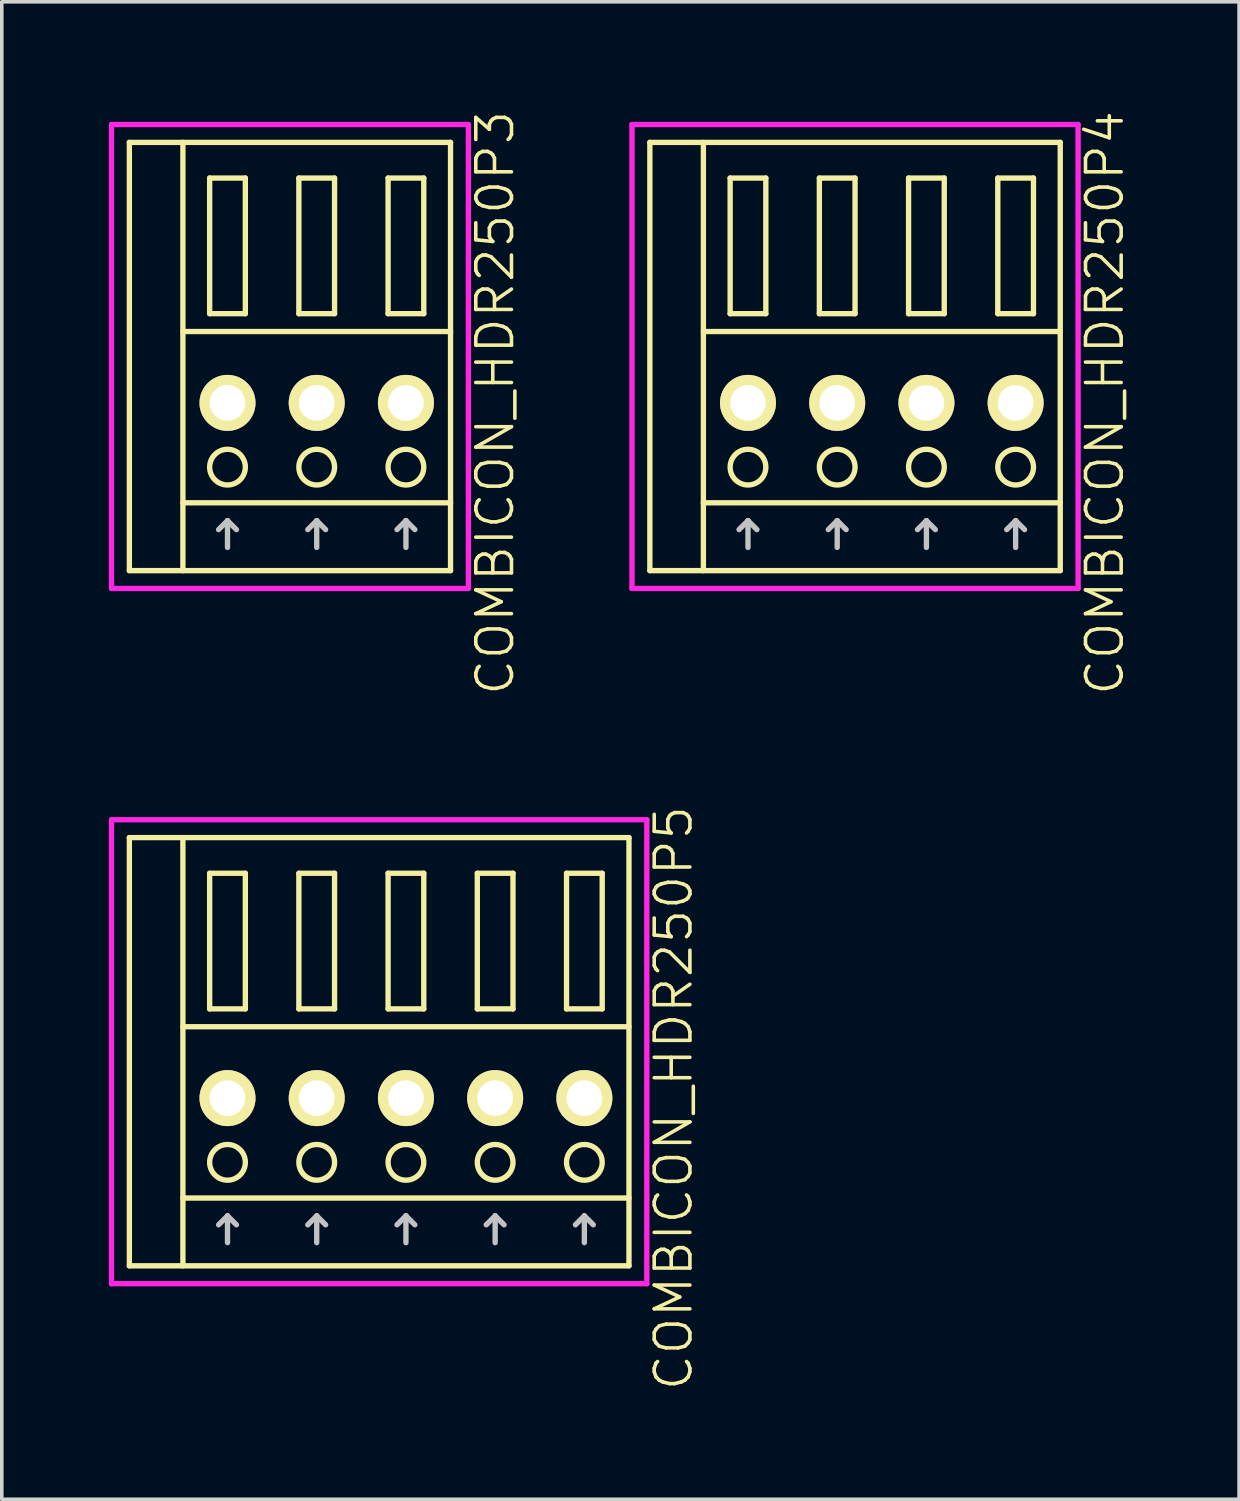
<source format=kicad_pcb>
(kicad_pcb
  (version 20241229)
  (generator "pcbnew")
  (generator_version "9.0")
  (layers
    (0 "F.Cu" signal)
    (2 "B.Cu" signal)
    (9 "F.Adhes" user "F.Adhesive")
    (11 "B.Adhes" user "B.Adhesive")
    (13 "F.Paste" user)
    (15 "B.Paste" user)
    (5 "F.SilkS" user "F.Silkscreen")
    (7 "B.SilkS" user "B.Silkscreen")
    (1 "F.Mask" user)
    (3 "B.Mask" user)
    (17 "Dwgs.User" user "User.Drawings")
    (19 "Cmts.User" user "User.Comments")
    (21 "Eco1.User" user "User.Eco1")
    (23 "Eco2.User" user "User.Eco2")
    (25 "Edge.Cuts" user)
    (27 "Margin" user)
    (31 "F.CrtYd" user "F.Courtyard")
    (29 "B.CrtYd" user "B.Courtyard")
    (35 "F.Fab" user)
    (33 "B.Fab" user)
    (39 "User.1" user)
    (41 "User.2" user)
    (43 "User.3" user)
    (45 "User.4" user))
  (footprint "COMBICON_HDR250P3"
    (layer "F.Cu")
    (at 5.825 8.24)
    (property "Reference" "COMBICON_HDR250P3" (at 5 0 90) (layer "F.SilkS") (effects (font (size 1 1) (thickness 0.1))))
    (attr through_hole)
    (fp_line (start -5.25 -7.3) (end -5.25 4.7) (stroke (width 0.15) (type solid)) (layer "F.SilkS"))
    (fp_line (start -5.25 4.7) (end 3.75 4.7) (stroke (width 0.15) (type solid)) (layer "F.SilkS"))
    (fp_line (start -3.75 -2) (end 3.75 -2) (stroke (width 0.15) (type solid)) (layer "F.SilkS"))
    (fp_line (start -3.75 2.8) (end 3.75 2.8) (stroke (width 0.15) (type solid)) (layer "F.SilkS"))
    (fp_line (start -3.75 4.7) (end -3.75 -7.3) (stroke (width 0.15) (type solid)) (layer "F.SilkS"))
    (fp_line (start -3 -6.3) (end -3 -2.5) (stroke (width 0.15) (type solid)) (layer "F.SilkS"))
    (fp_line (start -3 -2.5) (end -2 -2.5) (stroke (width 0.15) (type solid)) (layer "F.SilkS"))
    (fp_line (start -2 -6.3) (end -3 -6.3) (stroke (width 0.15) (type solid)) (layer "F.SilkS"))
    (fp_line (start -2 -2.5) (end -2 -6.3) (stroke (width 0.15) (type solid)) (layer "F.SilkS"))
    (fp_line (start -0.5 -6.3) (end -0.5 -2.5) (stroke (width 0.15) (type solid)) (layer "F.SilkS"))
    (fp_line (start -0.5 -2.5) (end 0.5 -2.5) (stroke (width 0.15) (type solid)) (layer "F.SilkS"))
    (fp_line (start 0.5 -6.3) (end -0.5 -6.3) (stroke (width 0.15) (type solid)) (layer "F.SilkS"))
    (fp_line (start 0.5 -2.5) (end 0.5 -6.3) (stroke (width 0.15) (type solid)) (layer "F.SilkS"))
    (fp_line (start 2 -6.3) (end 2 -2.5) (stroke (width 0.15) (type solid)) (layer "F.SilkS"))
    (fp_line (start 2 -2.5) (end 3 -2.5) (stroke (width 0.15) (type solid)) (layer "F.SilkS"))
    (fp_line (start 3 -6.3) (end 2 -6.3) (stroke (width 0.15) (type solid)) (layer "F.SilkS"))
    (fp_line (start 3 -2.5) (end 3 -6.3) (stroke (width 0.15) (type solid)) (layer "F.SilkS"))
    (fp_line (start 3.75 -7.3) (end -5.25 -7.3) (stroke (width 0.15) (type solid)) (layer "F.SilkS"))
    (fp_line (start 3.75 4.7) (end 3.75 -7.3) (stroke (width 0.15) (type solid)) (layer "F.SilkS"))
    (fp_circle (center -2.5 1.8) (end -2 1.8) (stroke (width 0.15) (type solid)) (fill no) (layer "F.SilkS"))
    (fp_circle (center 0 1.8) (end 0.5 1.8) (stroke (width 0.15) (type solid)) (fill no) (layer "F.SilkS"))
    (fp_circle (center 2.5 1.8) (end 3 1.8) (stroke (width 0.15) (type solid)) (fill no) (layer "F.SilkS"))
    (fp_line (start -2.75 3.55) (end -2.5 3.3) (stroke (width 0.15) (type solid)) (layer "Dwgs.User"))
    (fp_line (start -2.5 4.05) (end -2.5 3.3) (stroke (width 0.15) (type solid)) (layer "Dwgs.User"))
    (fp_line (start -2.25 3.55) (end -2.5 3.3) (stroke (width 0.15) (type solid)) (layer "Dwgs.User"))
    (fp_line (start -0.25 3.55) (end 0 3.3) (stroke (width 0.15) (type solid)) (layer "Dwgs.User"))
    (fp_line (start 0 4.05) (end 0 3.3) (stroke (width 0.15) (type solid)) (layer "Dwgs.User"))
    (fp_line (start 0.25 3.55) (end 0 3.3) (stroke (width 0.15) (type solid)) (layer "Dwgs.User"))
    (fp_line (start 2.25 3.55) (end 2.5 3.3) (stroke (width 0.15) (type solid)) (layer "Dwgs.User"))
    (fp_line (start 2.5 4.05) (end 2.5 3.3) (stroke (width 0.15) (type solid)) (layer "Dwgs.User"))
    (fp_line (start 2.75 3.55) (end 2.5 3.3) (stroke (width 0.15) (type solid)) (layer "Dwgs.User"))
    (fp_line (start -5.75 -7.8) (end -5.75 5.2) (stroke (width 0.15) (type solid)) (layer "F.CrtYd"))
    (fp_line (start -5.75 5.2) (end 4.25 5.2) (stroke (width 0.15) (type solid)) (layer "F.CrtYd"))
    (fp_line (start 4.25 -7.8) (end -5.75 -7.8) (stroke (width 0.15) (type solid)) (layer "F.CrtYd"))
    (fp_line (start 4.25 5.2) (end 4.25 -7.8) (stroke (width 0.15) (type solid)) (layer "F.CrtYd"))
    (pad "1" thru_hole oval (at -2.5 0) (size 1.57 1.57) (drill 1) (layers "*.Cu" "*.Mask" "F.SilkS"))
    (pad "2" thru_hole oval (at 0 0) (size 1.57 1.57) (drill 1) (layers "*.Cu" "*.Mask" "F.SilkS"))
    (pad "3" thru_hole oval (at 2.5 0) (size 1.57 1.57) (drill 1) (layers "*.Cu" "*.Mask" "F.SilkS")))
  (footprint "COMBICON_HDR250P4"
    (layer "F.Cu")
    (at 21.66 8.24)
    (property "Reference" "COMBICON_HDR250P4" (at 6.25 0 90) (layer "F.SilkS") (effects (font (size 1 1) (thickness 0.1))))
    (attr through_hole)
    (fp_line (start -6.5 -7.3) (end -6.5 4.7) (stroke (width 0.15) (type solid)) (layer "F.SilkS"))
    (fp_line (start -6.5 4.7) (end 5 4.7) (stroke (width 0.15) (type solid)) (layer "F.SilkS"))
    (fp_line (start -5 -2) (end 5 -2) (stroke (width 0.15) (type solid)) (layer "F.SilkS"))
    (fp_line (start -5 2.8) (end 5 2.8) (stroke (width 0.15) (type solid)) (layer "F.SilkS"))
    (fp_line (start -5 4.7) (end -5 -7.3) (stroke (width 0.15) (type solid)) (layer "F.SilkS"))
    (fp_line (start -4.25 -6.3) (end -4.25 -2.5) (stroke (width 0.15) (type solid)) (layer "F.SilkS"))
    (fp_line (start -4.25 -2.5) (end -3.25 -2.5) (stroke (width 0.15) (type solid)) (layer "F.SilkS"))
    (fp_line (start -3.25 -6.3) (end -4.25 -6.3) (stroke (width 0.15) (type solid)) (layer "F.SilkS"))
    (fp_line (start -3.25 -2.5) (end -3.25 -6.3) (stroke (width 0.15) (type solid)) (layer "F.SilkS"))
    (fp_line (start -1.75 -6.3) (end -1.75 -2.5) (stroke (width 0.15) (type solid)) (layer "F.SilkS"))
    (fp_line (start -1.75 -2.5) (end -0.75 -2.5) (stroke (width 0.15) (type solid)) (layer "F.SilkS"))
    (fp_line (start -0.75 -6.3) (end -1.75 -6.3) (stroke (width 0.15) (type solid)) (layer "F.SilkS"))
    (fp_line (start -0.75 -2.5) (end -0.75 -6.3) (stroke (width 0.15) (type solid)) (layer "F.SilkS"))
    (fp_line (start 0.75 -6.3) (end 0.75 -2.5) (stroke (width 0.15) (type solid)) (layer "F.SilkS"))
    (fp_line (start 0.75 -2.5) (end 1.75 -2.5) (stroke (width 0.15) (type solid)) (layer "F.SilkS"))
    (fp_line (start 1.75 -6.3) (end 0.75 -6.3) (stroke (width 0.15) (type solid)) (layer "F.SilkS"))
    (fp_line (start 1.75 -2.5) (end 1.75 -6.3) (stroke (width 0.15) (type solid)) (layer "F.SilkS"))
    (fp_line (start 3.25 -6.3) (end 3.25 -2.5) (stroke (width 0.15) (type solid)) (layer "F.SilkS"))
    (fp_line (start 3.25 -2.5) (end 4.25 -2.5) (stroke (width 0.15) (type solid)) (layer "F.SilkS"))
    (fp_line (start 4.25 -6.3) (end 3.25 -6.3) (stroke (width 0.15) (type solid)) (layer "F.SilkS"))
    (fp_line (start 4.25 -2.5) (end 4.25 -6.3) (stroke (width 0.15) (type solid)) (layer "F.SilkS"))
    (fp_line (start 5 -7.3) (end -6.5 -7.3) (stroke (width 0.15) (type solid)) (layer "F.SilkS"))
    (fp_line (start 5 4.7) (end 5 -7.3) (stroke (width 0.15) (type solid)) (layer "F.SilkS"))
    (fp_circle (center -3.75 1.8) (end -3.25 1.8) (stroke (width 0.15) (type solid)) (fill no) (layer "F.SilkS"))
    (fp_circle (center -1.25 1.8) (end -0.75 1.8) (stroke (width 0.15) (type solid)) (fill no) (layer "F.SilkS"))
    (fp_circle (center 1.25 1.8) (end 1.75 1.8) (stroke (width 0.15) (type solid)) (fill no) (layer "F.SilkS"))
    (fp_circle (center 3.75 1.8) (end 4.25 1.8) (stroke (width 0.15) (type solid)) (fill no) (layer "F.SilkS"))
    (fp_line (start -4 3.55) (end -3.75 3.3) (stroke (width 0.15) (type solid)) (layer "Dwgs.User"))
    (fp_line (start -3.75 4.05) (end -3.75 3.3) (stroke (width 0.15) (type solid)) (layer "Dwgs.User"))
    (fp_line (start -3.5 3.55) (end -3.75 3.3) (stroke (width 0.15) (type solid)) (layer "Dwgs.User"))
    (fp_line (start -1.5 3.55) (end -1.25 3.3) (stroke (width 0.15) (type solid)) (layer "Dwgs.User"))
    (fp_line (start -1.25 4.05) (end -1.25 3.3) (stroke (width 0.15) (type solid)) (layer "Dwgs.User"))
    (fp_line (start -1 3.55) (end -1.25 3.3) (stroke (width 0.15) (type solid)) (layer "Dwgs.User"))
    (fp_line (start 1 3.55) (end 1.25 3.3) (stroke (width 0.15) (type solid)) (layer "Dwgs.User"))
    (fp_line (start 1.25 4.05) (end 1.25 3.3) (stroke (width 0.15) (type solid)) (layer "Dwgs.User"))
    (fp_line (start 1.5 3.55) (end 1.25 3.3) (stroke (width 0.15) (type solid)) (layer "Dwgs.User"))
    (fp_line (start 3.5 3.55) (end 3.75 3.3) (stroke (width 0.15) (type solid)) (layer "Dwgs.User"))
    (fp_line (start 3.75 4.05) (end 3.75 3.3) (stroke (width 0.15) (type solid)) (layer "Dwgs.User"))
    (fp_line (start 4 3.55) (end 3.75 3.3) (stroke (width 0.15) (type solid)) (layer "Dwgs.User"))
    (fp_line (start -7 -7.8) (end -7 5.2) (stroke (width 0.15) (type solid)) (layer "F.CrtYd"))
    (fp_line (start -7 5.2) (end 5.5 5.2) (stroke (width 0.15) (type solid)) (layer "F.CrtYd"))
    (fp_line (start 5.5 -7.8) (end -7 -7.8) (stroke (width 0.15) (type solid)) (layer "F.CrtYd"))
    (fp_line (start 5.5 5.2) (end 5.5 -7.8) (stroke (width 0.15) (type solid)) (layer "F.CrtYd"))
    (pad "1" thru_hole oval (at -3.75 0) (size 1.57 1.57) (drill 1) (layers "*.Cu" "*.Mask" "F.SilkS"))
    (pad "2" thru_hole oval (at -1.25 0) (size 1.57 1.57) (drill 1) (layers "*.Cu" "*.Mask" "F.SilkS"))
    (pad "3" thru_hole oval (at 1.25 0) (size 1.57 1.57) (drill 1) (layers "*.Cu" "*.Mask" "F.SilkS"))
    (pad "4" thru_hole oval (at 3.75 0) (size 1.57 1.57) (drill 1) (layers "*.Cu" "*.Mask" "F.SilkS")))
  (footprint "COMBICON_HDR250P5"
    (layer "F.Cu")
    (at 8.325 27.721)
    (property "Reference" "COMBICON_HDR250P5" (at 7.5 0 90) (layer "F.SilkS") (effects (font (size 1 1) (thickness 0.1))))
    (attr through_hole)
    (fp_line (start -7.75 -7.3) (end -7.75 4.7) (stroke (width 0.15) (type solid)) (layer "F.SilkS"))
    (fp_line (start -7.75 4.7) (end 6.25 4.7) (stroke (width 0.15) (type solid)) (layer "F.SilkS"))
    (fp_line (start -6.25 -2) (end 6.25 -2) (stroke (width 0.15) (type solid)) (layer "F.SilkS"))
    (fp_line (start -6.25 2.8) (end 6.25 2.8) (stroke (width 0.15) (type solid)) (layer "F.SilkS"))
    (fp_line (start -6.25 4.7) (end -6.25 -7.3) (stroke (width 0.15) (type solid)) (layer "F.SilkS"))
    (fp_line (start -5.5 -6.3) (end -5.5 -2.5) (stroke (width 0.15) (type solid)) (layer "F.SilkS"))
    (fp_line (start -5.5 -2.5) (end -4.5 -2.5) (stroke (width 0.15) (type solid)) (layer "F.SilkS"))
    (fp_line (start -4.5 -6.3) (end -5.5 -6.3) (stroke (width 0.15) (type solid)) (layer "F.SilkS"))
    (fp_line (start -4.5 -2.5) (end -4.5 -6.3) (stroke (width 0.15) (type solid)) (layer "F.SilkS"))
    (fp_line (start -3 -6.3) (end -3 -2.5) (stroke (width 0.15) (type solid)) (layer "F.SilkS"))
    (fp_line (start -3 -2.5) (end -2 -2.5) (stroke (width 0.15) (type solid)) (layer "F.SilkS"))
    (fp_line (start -2 -6.3) (end -3 -6.3) (stroke (width 0.15) (type solid)) (layer "F.SilkS"))
    (fp_line (start -2 -2.5) (end -2 -6.3) (stroke (width 0.15) (type solid)) (layer "F.SilkS"))
    (fp_line (start -0.5 -6.3) (end -0.5 -2.5) (stroke (width 0.15) (type solid)) (layer "F.SilkS"))
    (fp_line (start -0.5 -2.5) (end 0.5 -2.5) (stroke (width 0.15) (type solid)) (layer "F.SilkS"))
    (fp_line (start 0.5 -6.3) (end -0.5 -6.3) (stroke (width 0.15) (type solid)) (layer "F.SilkS"))
    (fp_line (start 0.5 -2.5) (end 0.5 -6.3) (stroke (width 0.15) (type solid)) (layer "F.SilkS"))
    (fp_line (start 2 -6.3) (end 2 -2.5) (stroke (width 0.15) (type solid)) (layer "F.SilkS"))
    (fp_line (start 2 -2.5) (end 3 -2.5) (stroke (width 0.15) (type solid)) (layer "F.SilkS"))
    (fp_line (start 3 -6.3) (end 2 -6.3) (stroke (width 0.15) (type solid)) (layer "F.SilkS"))
    (fp_line (start 3 -2.5) (end 3 -6.3) (stroke (width 0.15) (type solid)) (layer "F.SilkS"))
    (fp_line (start 4.5 -6.3) (end 4.5 -2.5) (stroke (width 0.15) (type solid)) (layer "F.SilkS"))
    (fp_line (start 4.5 -2.5) (end 5.5 -2.5) (stroke (width 0.15) (type solid)) (layer "F.SilkS"))
    (fp_line (start 5.5 -6.3) (end 4.5 -6.3) (stroke (width 0.15) (type solid)) (layer "F.SilkS"))
    (fp_line (start 5.5 -2.5) (end 5.5 -6.3) (stroke (width 0.15) (type solid)) (layer "F.SilkS"))
    (fp_line (start 6.25 -7.3) (end -7.75 -7.3) (stroke (width 0.15) (type solid)) (layer "F.SilkS"))
    (fp_line (start 6.25 4.7) (end 6.25 -7.3) (stroke (width 0.15) (type solid)) (layer "F.SilkS"))
    (fp_circle (center -5 1.8) (end -4.5 1.8) (stroke (width 0.15) (type solid)) (fill no) (layer "F.SilkS"))
    (fp_circle (center -2.5 1.8) (end -2 1.8) (stroke (width 0.15) (type solid)) (fill no) (layer "F.SilkS"))
    (fp_circle (center 0 1.8) (end 0.5 1.8) (stroke (width 0.15) (type solid)) (fill no) (layer "F.SilkS"))
    (fp_circle (center 2.5 1.8) (end 3 1.8) (stroke (width 0.15) (type solid)) (fill no) (layer "F.SilkS"))
    (fp_circle (center 5 1.8) (end 5.5 1.8) (stroke (width 0.15) (type solid)) (fill no) (layer "F.SilkS"))
    (fp_line (start -5.25 3.55) (end -5 3.3) (stroke (width 0.15) (type solid)) (layer "Dwgs.User"))
    (fp_line (start -5 4.05) (end -5 3.3) (stroke (width 0.15) (type solid)) (layer "Dwgs.User"))
    (fp_line (start -4.75 3.55) (end -5 3.3) (stroke (width 0.15) (type solid)) (layer "Dwgs.User"))
    (fp_line (start -2.75 3.55) (end -2.5 3.3) (stroke (width 0.15) (type solid)) (layer "Dwgs.User"))
    (fp_line (start -2.5 4.05) (end -2.5 3.3) (stroke (width 0.15) (type solid)) (layer "Dwgs.User"))
    (fp_line (start -2.25 3.55) (end -2.5 3.3) (stroke (width 0.15) (type solid)) (layer "Dwgs.User"))
    (fp_line (start -0.25 3.55) (end 0 3.3) (stroke (width 0.15) (type solid)) (layer "Dwgs.User"))
    (fp_line (start 0 4.05) (end 0 3.3) (stroke (width 0.15) (type solid)) (layer "Dwgs.User"))
    (fp_line (start 0.25 3.55) (end 0 3.3) (stroke (width 0.15) (type solid)) (layer "Dwgs.User"))
    (fp_line (start 2.25 3.55) (end 2.5 3.3) (stroke (width 0.15) (type solid)) (layer "Dwgs.User"))
    (fp_line (start 2.5 4.05) (end 2.5 3.3) (stroke (width 0.15) (type solid)) (layer "Dwgs.User"))
    (fp_line (start 2.75 3.55) (end 2.5 3.3) (stroke (width 0.15) (type solid)) (layer "Dwgs.User"))
    (fp_line (start 4.75 3.55) (end 5 3.3) (stroke (width 0.15) (type solid)) (layer "Dwgs.User"))
    (fp_line (start 5 4.05) (end 5 3.3) (stroke (width 0.15) (type solid)) (layer "Dwgs.User"))
    (fp_line (start 5.25 3.55) (end 5 3.3) (stroke (width 0.15) (type solid)) (layer "Dwgs.User"))
    (fp_line (start -8.25 -7.8) (end -8.25 5.2) (stroke (width 0.15) (type solid)) (layer "F.CrtYd"))
    (fp_line (start -8.25 5.2) (end 6.75 5.2) (stroke (width 0.15) (type solid)) (layer "F.CrtYd"))
    (fp_line (start 6.75 -7.8) (end -8.25 -7.8) (stroke (width 0.15) (type solid)) (layer "F.CrtYd"))
    (fp_line (start 6.75 5.2) (end 6.75 -7.8) (stroke (width 0.15) (type solid)) (layer "F.CrtYd"))
    (pad "1" thru_hole oval (at -5 0) (size 1.57 1.57) (drill 1) (layers "*.Cu" "*.Mask" "F.SilkS"))
    (pad "2" thru_hole oval (at -2.5 0) (size 1.57 1.57) (drill 1) (layers "*.Cu" "*.Mask" "F.SilkS"))
    (pad "3" thru_hole oval (at 0 0) (size 1.57 1.57) (drill 1) (layers "*.Cu" "*.Mask" "F.SilkS"))
    (pad "4" thru_hole oval (at 2.5 0) (size 1.57 1.57) (drill 1) (layers "*.Cu" "*.Mask" "F.SilkS"))
    (pad "5" thru_hole oval (at 5 0) (size 1.57 1.57) (drill 1) (layers "*.Cu" "*.Mask" "F.SilkS")))
  (gr_rect
    (start -3 -3)
    (end 31.671 38.962)
    (stroke (width 0.1) (type default))
    (fill no)
    (layer "Edge.Cuts")))
</source>
